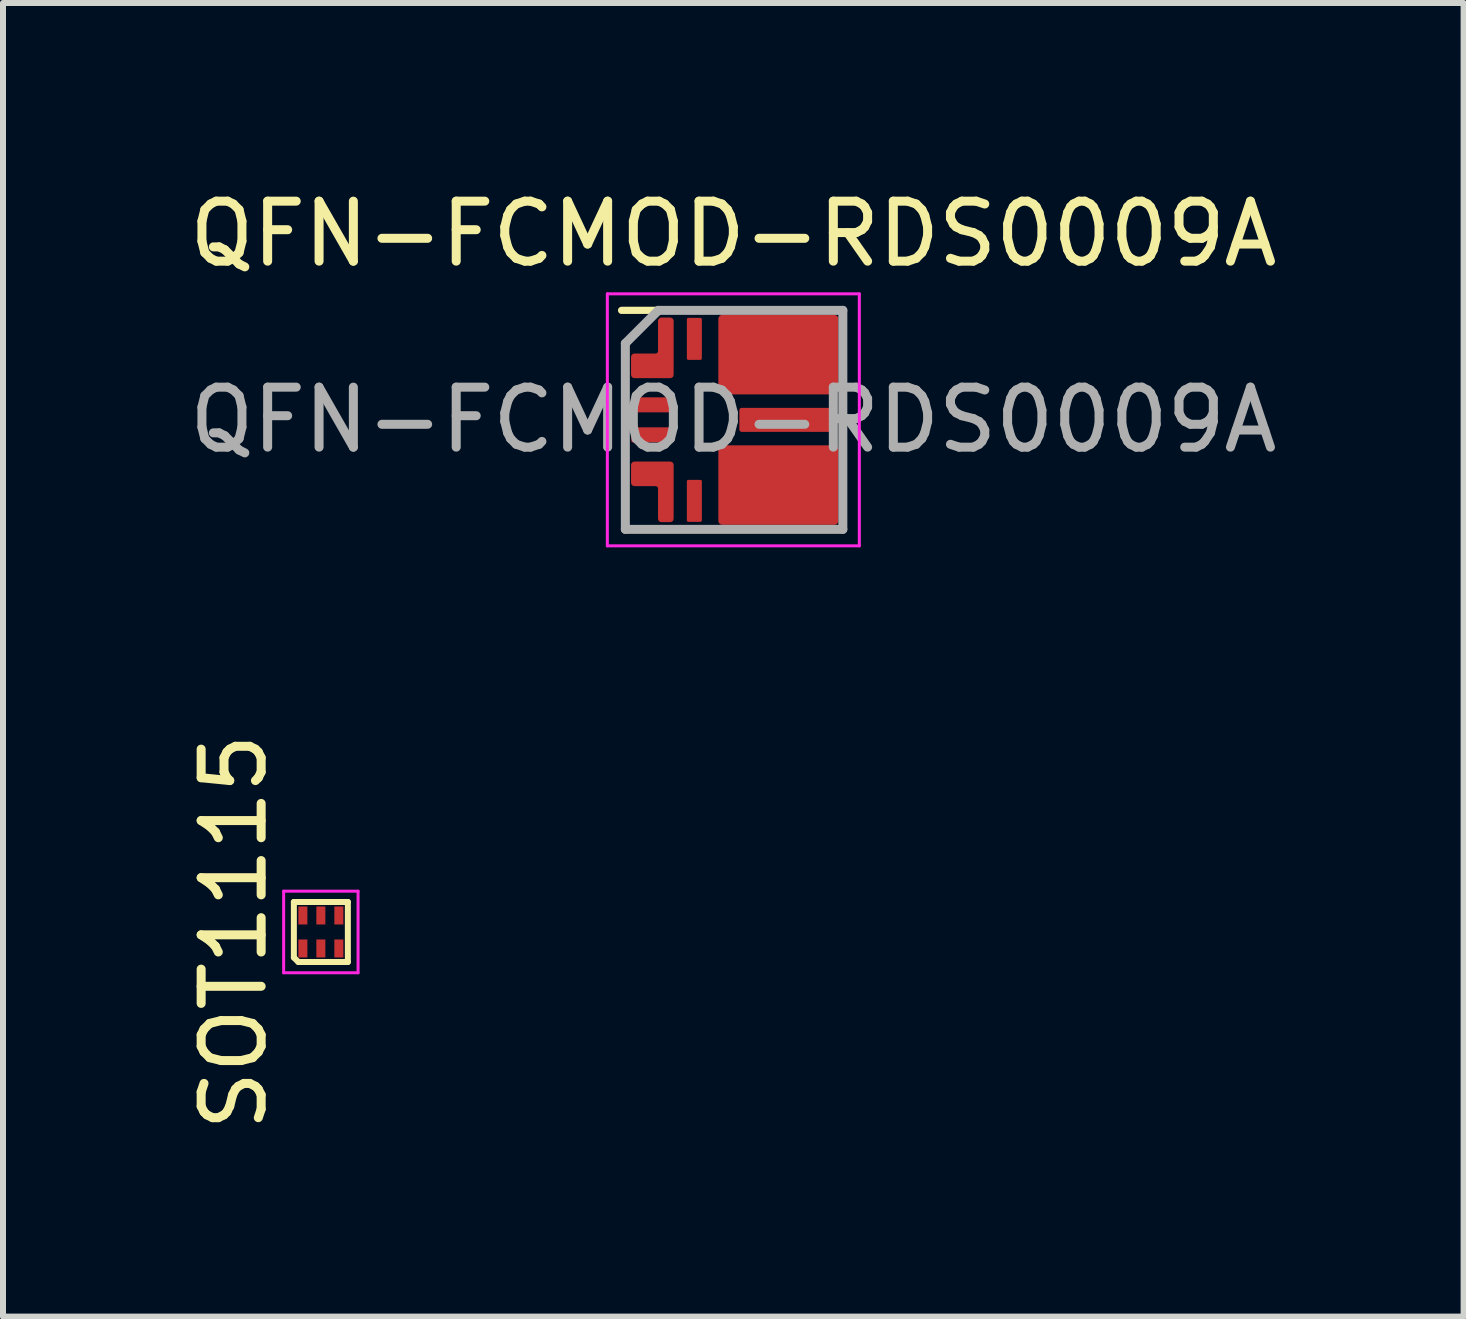
<source format=kicad_pcb>
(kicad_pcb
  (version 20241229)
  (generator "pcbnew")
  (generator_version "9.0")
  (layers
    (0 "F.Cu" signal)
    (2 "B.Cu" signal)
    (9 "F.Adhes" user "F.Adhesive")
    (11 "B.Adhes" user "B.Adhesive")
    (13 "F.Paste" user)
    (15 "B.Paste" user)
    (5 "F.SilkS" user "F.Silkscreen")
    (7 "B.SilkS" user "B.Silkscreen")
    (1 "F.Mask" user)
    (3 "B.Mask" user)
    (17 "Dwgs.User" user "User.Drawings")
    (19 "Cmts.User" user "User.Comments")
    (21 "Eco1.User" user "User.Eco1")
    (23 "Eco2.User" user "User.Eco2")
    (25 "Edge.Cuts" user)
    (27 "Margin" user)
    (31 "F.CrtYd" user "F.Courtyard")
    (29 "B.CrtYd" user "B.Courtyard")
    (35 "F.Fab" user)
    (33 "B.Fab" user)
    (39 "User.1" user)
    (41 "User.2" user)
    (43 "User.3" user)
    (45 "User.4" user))
  (footprint "QFN-FCMOD-RDS0009A"
    (layer "F.Cu")
    (at 9.173 3.948)
    (property "Reference" "QFN-FCMOD-RDS0009A" (at 0 -3.1 0) (layer "F.SilkS") (effects (font (size 1 1) (thickness 0.15))))
    (attr smd)
    (fp_line (start -1.8 1.825) (end -1.8 1.375) (stroke (width 0.12) (type default)) (layer "F.SilkS"))
    (fp_line (start -1.35 1.825) (end -1.8 1.825) (stroke (width 0.12) (type default)) (layer "F.SilkS"))
    (fp_line (start -1.188 -1.825) (end -1.863 -1.825) (stroke (width 0.12) (type default)) (layer "F.SilkS"))
    (fp_line (start 1.375 -1.825) (end 1.825 -1.825) (stroke (width 0.12) (type default)) (layer "F.SilkS"))
    (fp_line (start 1.375 1.825) (end 1.825 1.825) (stroke (width 0.12) (type default)) (layer "F.SilkS"))
    (fp_line (start 1.825 -1.825) (end 1.825 -1.375) (stroke (width 0.12) (type default)) (layer "F.SilkS"))
    (fp_line (start 1.825 1.825) (end 1.825 1.375) (stroke (width 0.12) (type default)) (layer "F.SilkS"))
    (fp_line (start -2.1 -2.1) (end 2.1 -2.1) (stroke (width 0.05) (type default)) (layer "F.CrtYd"))
    (fp_line (start -2.1 2.1) (end -2.1 -2.1) (stroke (width 0.05) (type default)) (layer "F.CrtYd"))
    (fp_line (start 2.1 -2.1) (end 2.1 2.1) (stroke (width 0.05) (type default)) (layer "F.CrtYd"))
    (fp_line (start 2.1 2.1) (end -2.1 2.1) (stroke (width 0.05) (type default)) (layer "F.CrtYd"))
    (fp_line (start -1.8 -1.275) (end -1.8 1.825) (stroke (width 0.15) (type default)) (layer "F.Fab"))
    (fp_line (start -1.8 1.825) (end 1.825 1.825) (stroke (width 0.15) (type default)) (layer "F.Fab"))
    (fp_line (start -1.25 -1.825) (end -1.8 -1.275) (stroke (width 0.15) (type default)) (layer "F.Fab"))
    (fp_line (start 1.825 -1.825) (end -1.25 -1.825) (stroke (width 0.15) (type default)) (layer "F.Fab"))
    (fp_line (start 1.825 1.825) (end 1.825 -1.825) (stroke (width 0.15) (type default)) (layer "F.Fab"))
    (fp_text user "${REFERENCE}" (at 0 0 0) (layer "F.Fab") (effects (font (size 1 1) (thickness 0.15))))
    (pad "" smd roundrect (at -1.35 -0.9) (size 0.7 0.4) (layers "F.Paste") (roundrect_rratio 0.1))
    (pad "" smd roundrect (at -1.35 0.9) (size 0.7 0.4) (layers "F.Paste") (roundrect_rratio 0.1))
    (pad "" smd roundrect (at -1.125 -1.5) (size 0.25 0.4) (layers "F.Paste") (roundrect_rratio 0.15))
    (pad "" smd roundrect (at -1.125 1.5) (size 0.25 0.4) (layers "F.Paste") (roundrect_rratio 0.15))
    (pad "" smd roundrect (at 0 -1.5 90) (size 0.425 0.4) (layers "F.Paste") (roundrect_rratio 0.15))
    (pad "" smd roundrect (at 0 1.5 90) (size 0.425 0.4) (layers "F.Paste") (roundrect_rratio 0.15))
    (pad "" smd roundrect (at 0.45 -0.775) (size 1.28 0.6) (layers "F.Paste") (roundrect_rratio 0.15))
    (pad "" smd roundrect (at 0.45 0) (size 0.7 0.4) (layers "F.Paste") (roundrect_rratio 0.1))
    (pad "" smd roundrect (at 0.45 0.775) (size 1.28 0.6) (layers "F.Paste") (roundrect_rratio 0.15))
    (pad "" smd roundrect (at 0.65 -1.5) (size 0.25 0.425) (layers "F.Paste") (roundrect_rratio 0.15))
    (pad "" smd custom (at 0.65 -0.9) (size 0.5 0.5) (layers "F.Mask") (options (anchor circle)) (primitives (gr_poly (pts (arc (start 0.675 0.2) (mid 0.639645 0.214645) (end 0.625 0.25)) (arc (start 0.625 0.375) (mid 0.610355 0.410355) (end 0.575 0.425)) (arc (start -0.8 0.425) (mid -0.835355 0.410355) (end -0.85 0.375)) (arc (start -0.85 -0.75) (mid -0.835355 -0.785355) (end -0.8 -0.8)) (arc (start -0.5 -0.8) (mid -0.464645 -0.785355) (end -0.45 -0.75)) (arc (start -0.45 -0.425) (mid -0.435355 -0.389645) (end -0.4 -0.375)) (arc (start -0.175 -0.375) (mid -0.139645 -0.389645) (end -0.125 -0.425)) (arc (start -0.125 -0.75) (mid -0.110355 -0.785355) (end -0.075 -0.8)) (arc (start 0.075 -0.8) (mid 0.110355 -0.785355) (end 0.125 -0.75)) (arc (start 0.125 -0.425) (mid 0.139645 -0.389645) (end 0.175 -0.375)) (arc (start 0.325 -0.375) (mid 0.360355 -0.389645) (end 0.375 -0.425)) (arc (start 0.375 -0.75) (mid 0.389645 -0.785355) (end 0.425 -0.8)) (arc (start 0.575 -0.8) (mid 0.610355 -0.785355) (end 0.625 -0.75)) (arc (start 0.625 -0.25) (mid 0.639645 -0.214645) (end 0.675 -0.2)) (arc (start 1 -0.2) (mid 1.035355 -0.185355) (end 1.05 -0.15)) (arc (start 1.05 0.15) (mid 1.035355 0.185355) (end 1 0.2))) (width 0) (fill yes)) (gr_line (start -0.8 0.425) (end 0.575 0.425) (width 0.015)) (gr_line (start -0.85 -0.75) (end -0.85 0.375) (width 0.015)) (gr_line (start -0.5 -0.8) (end -0.8 -0.8) (width 0.015)) (gr_line (start -0.45 -0.425) (end -0.45 -0.75) (width 0.015)) (gr_line (start -0.175 -0.375) (end -0.4 -0.375) (width 0.015)) (gr_line (start -0.125 -0.75) (end -0.125 -0.425) (width 0.015)) (gr_line (start 0.075 -0.8) (end -0.075 -0.8) (width 0.015)) (gr_line (start 0.125 -0.425) (end 0.125 -0.75) (width 0.015)) (gr_line (start 0.325 -0.375) (end 0.175 -0.375) (width 0.015)) (gr_line (start 0.375 -0.75) (end 0.375 -0.425) (width 0.015)) (gr_line (start 0.575 -0.8) (end 0.425 -0.8) (width 0.015)) (gr_line (start 0.625 -0.25) (end 0.625 -0.75) (width 0.015)) (gr_line (start 1 -0.2) (end 0.675 -0.2) (width 0.015)) (gr_line (start 1.05 0.15) (end 1.05 -0.15) (width 0.015)) (gr_line (start 0.675 0.2) (end 1 0.2) (width 0.015)) (gr_line (start 0.625 0.375) (end 0.625 0.25) (width 0.015)) (gr_arc (start -0.8 0.425) (mid -0.835355 0.410355) (end -0.85 0.375) (width 0.015)) (gr_arc (start -0.85 -0.75) (mid -0.835355 -0.785355) (end -0.8 -0.8) (width 0.015)) (gr_arc (start -0.5 -0.8) (mid -0.464645 -0.785355) (end -0.45 -0.75) (width 0.015)) (gr_arc (start -0.4 -0.375) (mid -0.435355 -0.389645) (end -0.45 -0.425) (width 0.015)) (gr_arc (start -0.125 -0.425) (mid -0.139645 -0.389645) (end -0.175 -0.375) (width 0.015)) (gr_arc (start -0.125 -0.75) (mid -0.110355 -0.785355) (end -0.075 -0.8) (width 0.015)) (gr_arc (start 0.075 -0.8) (mid 0.110355 -0.785355) (end 0.125 -0.75) (width 0.015)) (gr_arc (start 0.175 -0.375) (mid 0.139645 -0.389645) (end 0.125 -0.425) (width 0.015)) (gr_arc (start 0.375 -0.425) (mid 0.360355 -0.389645) (end 0.325 -0.375) (width 0.015)) (gr_arc (start 0.375 -0.75) (mid 0.389645 -0.785355) (end 0.425 -0.8) (width 0.015)) (gr_arc (start 0.575 -0.8) (mid 0.610355 -0.785355) (end 0.625 -0.75) (width 0.015)) (gr_arc (start 0.675 -0.2) (mid 0.639645 -0.214645) (end 0.625 -0.25) (width 0.015)) (gr_arc (start 1 -0.2) (mid 1.035355 -0.185355) (end 1.05 -0.15) (width 0.015)) (gr_arc (start 1.05 0.15) (mid 1.035355 0.185355) (end 1 0.2) (width 0.015)) (gr_arc (start 0.625 0.375) (mid 0.610355 0.410355) (end 0.575 0.425) (width 0.015)) (gr_arc (start 0.625 0.25) (mid 0.639645 0.214645) (end 0.675 0.2) (width 0.015))))
    (pad "" smd custom (at 0.65 0.9) (size 0.5 0.5) (layers "F.Mask") (options (anchor circle)) (primitives (gr_poly (pts (arc (start 0.675 -0.2) (mid 0.639645 -0.214645) (end 0.625 -0.25)) (arc (start 0.625 -0.375) (mid 0.610355 -0.410355) (end 0.575 -0.425)) (arc (start -0.8 -0.425) (mid -0.835355 -0.410355) (end -0.85 -0.375)) (arc (start -0.85 0.75) (mid -0.835355 0.785355) (end -0.8 0.8)) (arc (start -0.5 0.8) (mid -0.464645 0.785355) (end -0.45 0.75)) (arc (start -0.45 0.425) (mid -0.435355 0.389645) (end -0.4 0.375)) (arc (start -0.175 0.375) (mid -0.139645 0.389645) (end -0.125 0.425)) (arc (start -0.125 0.75) (mid -0.110355 0.785355) (end -0.075 0.8)) (arc (start 0.075 0.8) (mid 0.110355 0.785355) (end 0.125 0.75)) (arc (start 0.125 0.425) (mid 0.139645 0.389645) (end 0.175 0.375)) (arc (start 0.325 0.375) (mid 0.360355 0.389645) (end 0.375 0.425)) (arc (start 0.375 0.75) (mid 0.389645 0.785355) (end 0.425 0.8)) (arc (start 0.575 0.8) (mid 0.610355 0.785355) (end 0.625 0.75)) (arc (start 0.625 0.25) (mid 0.639645 0.214645) (end 0.675 0.2)) (arc (start 1 0.2) (mid 1.035355 0.185355) (end 1.05 0.15)) (arc (start 1.05 -0.15) (mid 1.035355 -0.185355) (end 1 -0.2))) (width 0) (fill yes)) (gr_line (start 0.575 -0.425) (end -0.8 -0.425) (width 0.015)) (gr_line (start -0.85 -0.375) (end -0.85 0.75) (width 0.015)) (gr_line (start -0.8 0.8) (end -0.5 0.8) (width 0.015)) (gr_line (start -0.45 0.75) (end -0.45 0.425) (width 0.015)) (gr_line (start -0.4 0.375) (end -0.175 0.375) (width 0.015)) (gr_line (start -0.125 0.425) (end -0.125 0.75) (width 0.015)) (gr_line (start -0.075 0.8) (end 0.075 0.8) (width 0.015)) (gr_line (start 0.125 0.75) (end 0.125 0.425) (width 0.015)) (gr_line (start 0.175 0.375) (end 0.325 0.375) (width 0.015)) (gr_line (start 0.375 0.425) (end 0.375 0.75) (width 0.015)) (gr_line (start 0.425 0.8) (end 0.575 0.8) (width 0.015)) (gr_line (start 0.625 0.75) (end 0.625 0.25) (width 0.015)) (gr_line (start 0.675 0.2) (end 1 0.2) (width 0.015)) (gr_line (start 1.05 0.15) (end 1.05 -0.15) (width 0.015)) (gr_line (start 1 -0.2) (end 0.675 -0.2) (width 0.015)) (gr_line (start 0.625 -0.25) (end 0.625 -0.375) (width 0.015)) (gr_arc (start -0.85 -0.375) (mid -0.835355 -0.410355) (end -0.8 -0.425) (width 0.015)) (gr_arc (start -0.8 0.8) (mid -0.835355 0.785355) (end -0.85 0.75) (width 0.015)) (gr_arc (start -0.45 0.75) (mid -0.464645 0.785355) (end -0.5 0.8) (width 0.015)) (gr_arc (start -0.45 0.425) (mid -0.435355 0.389645) (end -0.4 0.375) (width 0.015)) (gr_arc (start -0.175 0.375) (mid -0.139645 0.389645) (end -0.125 0.425) (width 0.015)) (gr_arc (start -0.075 0.8) (mid -0.110355 0.785355) (end -0.125 0.75) (width 0.015)) (gr_arc (start 0.125 0.75) (mid 0.110355 0.785355) (end 0.075 0.8) (width 0.015)) (gr_arc (start 0.125 0.425) (mid 0.139645 0.389645) (end 0.175 0.375) (width 0.015)) (gr_arc (start 0.325 0.375) (mid 0.360355 0.389645) (end 0.375 0.425) (width 0.015)) (gr_arc (start 0.425 0.8) (mid 0.389645 0.785355) (end 0.375 0.75) (width 0.015)) (gr_arc (start 0.625 0.75) (mid 0.610355 0.785355) (end 0.575 0.8) (width 0.015)) (gr_arc (start 0.625 0.25) (mid 0.639645 0.214645) (end 0.675 0.2) (width 0.015)) (gr_arc (start 1.05 0.15) (mid 1.035355 0.185355) (end 1 0.2) (width 0.015)) (gr_arc (start 1 -0.2) (mid 1.035355 -0.185355) (end 1.05 -0.15) (width 0.015)) (gr_arc (start 0.575 -0.425) (mid 0.610355 -0.410355) (end 0.625 -0.375) (width 0.015)) (gr_arc (start 0.675 -0.2) (mid 0.639645 -0.214645) (end 0.625 -0.25) (width 0.015))))
    (pad "" smd roundrect (at 0.65 1.5) (size 0.25 0.425) (layers "F.Paste") (roundrect_rratio 0.15))
    (pad "" smd roundrect (at 1.15 -1.5) (size 0.25 0.425) (layers "F.Paste") (roundrect_rratio 0.15))
    (pad "" smd roundrect (at 1.15 1.5) (size 0.25 0.425) (layers "F.Paste") (roundrect_rratio 0.15))
    (pad "" smd roundrect (at 1.35 0) (size 0.7 0.4) (layers "F.Paste") (roundrect_rratio 0.1))
    (pad "" smd roundrect (at 1.5 -0.9) (size 0.425 0.4) (layers "F.Paste") (roundrect_rratio 0.15))
    (pad "" smd roundrect (at 1.5 0.9) (size 0.425 0.4) (layers "F.Paste") (roundrect_rratio 0.15))
    (pad "1" smd custom (at -1.15 -0.9) (size 0.2 0.2) (layers "F.Cu" "F.Mask") (options (anchor circle)) (primitives (gr_poly (pts (arc (start -0.55 0.15) (mid -0.535355 0.185355) (end -0.5 0.2)) (arc (start 0.1 0.2) (mid 0.135355 0.185355) (end 0.15 0.15)) (arc (start 0.15 -0.75) (mid 0.135355 -0.785355) (end 0.1 -0.8)) (arc (start -0.05 -0.8) (mid -0.085355 -0.785355) (end -0.1 -0.75)) (arc (start -0.1 -0.25) (mid -0.114645 -0.214645) (end -0.15 -0.2)) (arc (start -0.5 -0.2) (mid -0.535355 -0.185355) (end -0.55 -0.15))) (width 0) (fill yes)) (gr_line (start -0.05 -0.8) (end 0.1 -0.8) (width 0.01)) (gr_line (start -0.1 -0.25) (end -0.1 -0.75) (width 0.01)) (gr_line (start -0.5 -0.2) (end -0.15 -0.2) (width 0.01)) (gr_line (start 0.15 -0.75) (end 0.15 0.15) (width 0.01)) (gr_line (start -0.55 0.15) (end -0.55 -0.15) (width 0.01)) (gr_line (start 0.1 0.2) (end -0.5 0.2) (width 0.01)) (gr_arc (start -0.1 -0.75) (mid -0.085355 -0.785355) (end -0.05 -0.8) (width 0.01)) (gr_arc (start -0.1 -0.25) (mid -0.114645 -0.214645) (end -0.15 -0.2) (width 0.01)) (gr_arc (start 0.1 -0.8) (mid 0.135355 -0.785355) (end 0.15 -0.75) (width 0.01)) (gr_arc (start -0.55 -0.15) (mid -0.535355 -0.185355) (end -0.5 -0.2) (width 0.01)) (gr_arc (start 0.15 0.15) (mid 0.135355 0.185355) (end 0.1 0.2) (width 0.01)) (gr_arc (start -0.5 0.2) (mid -0.535355 0.185355) (end -0.55 0.15) (width 0.01))))
    (pad "2" smd roundrect (at -1.35 -0.25 90) (size 0.25 0.7) (layers "F.Cu" "F.Mask" "F.Paste") (roundrect_rratio 0.1))
    (pad "3" smd roundrect (at -1.35 0.25 90) (size 0.25 0.7) (layers "F.Cu" "F.Mask" "F.Paste") (roundrect_rratio 0.1))
    (pad "4" smd custom (at -1.15 0.9 180) (size 0.2 0.2) (layers "F.Cu" "F.Mask") (options (anchor circle)) (primitives (gr_poly (pts (arc (start 0.55 0.15) (mid 0.535355 0.185355) (end 0.5 0.2)) (arc (start -0.1 0.2) (mid -0.135355 0.185355) (end -0.15 0.15)) (arc (start -0.15 -0.75) (mid -0.135355 -0.785355) (end -0.1 -0.8)) (arc (start 0.05 -0.8) (mid 0.085355 -0.785355) (end 0.1 -0.75)) (arc (start 0.1 -0.25) (mid 0.114645 -0.214645) (end 0.15 -0.2)) (arc (start 0.5 -0.2) (mid 0.535355 -0.185355) (end 0.55 -0.15))) (width 0) (fill yes)) (gr_line (start -0.1 -0.8) (end 0.05 -0.8) (width 0.01)) (gr_line (start 0.1 -0.75) (end 0.1 -0.25) (width 0.01)) (gr_line (start 0.15 -0.2) (end 0.5 -0.2) (width 0.01)) (gr_line (start -0.15 0.15) (end -0.15 -0.75) (width 0.01)) (gr_line (start 0.55 -0.15) (end 0.55 0.15) (width 0.01)) (gr_line (start 0.5 0.2) (end -0.1 0.2) (width 0.01)) (gr_arc (start 0.05 -0.8) (mid 0.085355 -0.785355) (end 0.1 -0.75) (width 0.01)) (gr_arc (start 0.15 -0.2) (mid 0.114645 -0.214645) (end 0.1 -0.25) (width 0.01)) (gr_arc (start -0.15 -0.75) (mid -0.135355 -0.785355) (end -0.1 -0.8) (width 0.01)) (gr_arc (start 0.5 -0.2) (mid 0.535355 -0.185355) (end 0.55 -0.15) (width 0.01)) (gr_arc (start -0.1 0.2) (mid -0.135355 0.185355) (end -0.15 0.15) (width 0.01)) (gr_arc (start 0.55 0.15) (mid 0.535355 0.185355) (end 0.5 0.2) (width 0.01))))
    (pad "5" smd roundrect (at -0.65 1.35) (size 0.25 0.7) (layers "F.Cu" "F.Mask" "F.Paste") (roundrect_rratio 0.1))
    (pad "6" smd roundrect (at 0.75 1.087) (size 2 1.325) (layers "F.Cu") (roundrect_rratio 0.05))
    (pad "7" smd roundrect (at 0.9 0) (size 1.6 0.4) (layers "F.Cu" "F.Mask") (roundrect_rratio 0.1))
    (pad "8" smd roundrect (at 0.75 -1.087) (size 2 1.325) (layers "F.Cu") (roundrect_rratio 0.05))
    (pad "9" smd roundrect (at -0.65 -1.35) (size 0.25 0.7) (layers "F.Cu" "F.Mask" "F.Paste") (roundrect_rratio 0.1)))
  (footprint "SOT1115"
    (layer "F.Cu")
    (at 2.298 12.484)
    (property "Reference" "SOT1115" (at -1.45 0 90) (layer "F.SilkS") (effects (font (size 1 1) (thickness 0.15))))
    (attr smd)
    (fp_line (start -0.45 -0.5) (end 0.45 -0.5) (stroke (width 0.1) (type default)) (layer "F.SilkS"))
    (fp_line (start -0.45 0.425) (end -0.45 -0.5) (stroke (width 0.1) (type default)) (layer "F.SilkS"))
    (fp_line (start -0.375 0.5) (end -0.45 0.425) (stroke (width 0.1) (type default)) (layer "F.SilkS"))
    (fp_line (start 0.45 -0.5) (end 0.45 0.5) (stroke (width 0.1) (type default)) (layer "F.SilkS"))
    (fp_line (start 0.45 0.5) (end -0.375 0.5) (stroke (width 0.1) (type default)) (layer "F.SilkS"))
    (fp_line (start -0.62 -0.68) (end 0.62 -0.68) (stroke (width 0.05) (type default)) (layer "F.CrtYd"))
    (fp_line (start -0.62 0.68) (end -0.62 -0.68) (stroke (width 0.05) (type default)) (layer "F.CrtYd"))
    (fp_line (start 0.62 -0.68) (end 0.62 0.68) (stroke (width 0.05) (type default)) (layer "F.CrtYd"))
    (fp_line (start 0.62 0.68) (end -0.62 0.68) (stroke (width 0.05) (type default)) (layer "F.CrtYd"))
    (pad "1" smd rect (at -0.3 0.275) (size 0.15 0.3) (layers "F.Cu" "F.Mask" "F.Paste"))
    (pad "2" smd rect (at 0 0.275) (size 0.15 0.3) (layers "F.Cu" "F.Mask" "F.Paste"))
    (pad "3" smd rect (at 0.3 0.275) (size 0.15 0.3) (layers "F.Cu" "F.Mask" "F.Paste"))
    (pad "4" smd rect (at 0.3 -0.275) (size 0.15 0.3) (layers "F.Cu" "F.Mask" "F.Paste"))
    (pad "5" smd rect (at 0 -0.275) (size 0.15 0.3) (layers "F.Cu" "F.Mask" "F.Paste"))
    (pad "6" smd rect (at -0.3 -0.275) (size 0.15 0.3) (layers "F.Cu" "F.Mask" "F.Paste")))
  (gr_rect
    (start -3 -3)
    (end 21.345 18.895)
    (stroke (width 0.1) (type default))
    (fill no)
    (layer "Edge.Cuts")))
</source>
